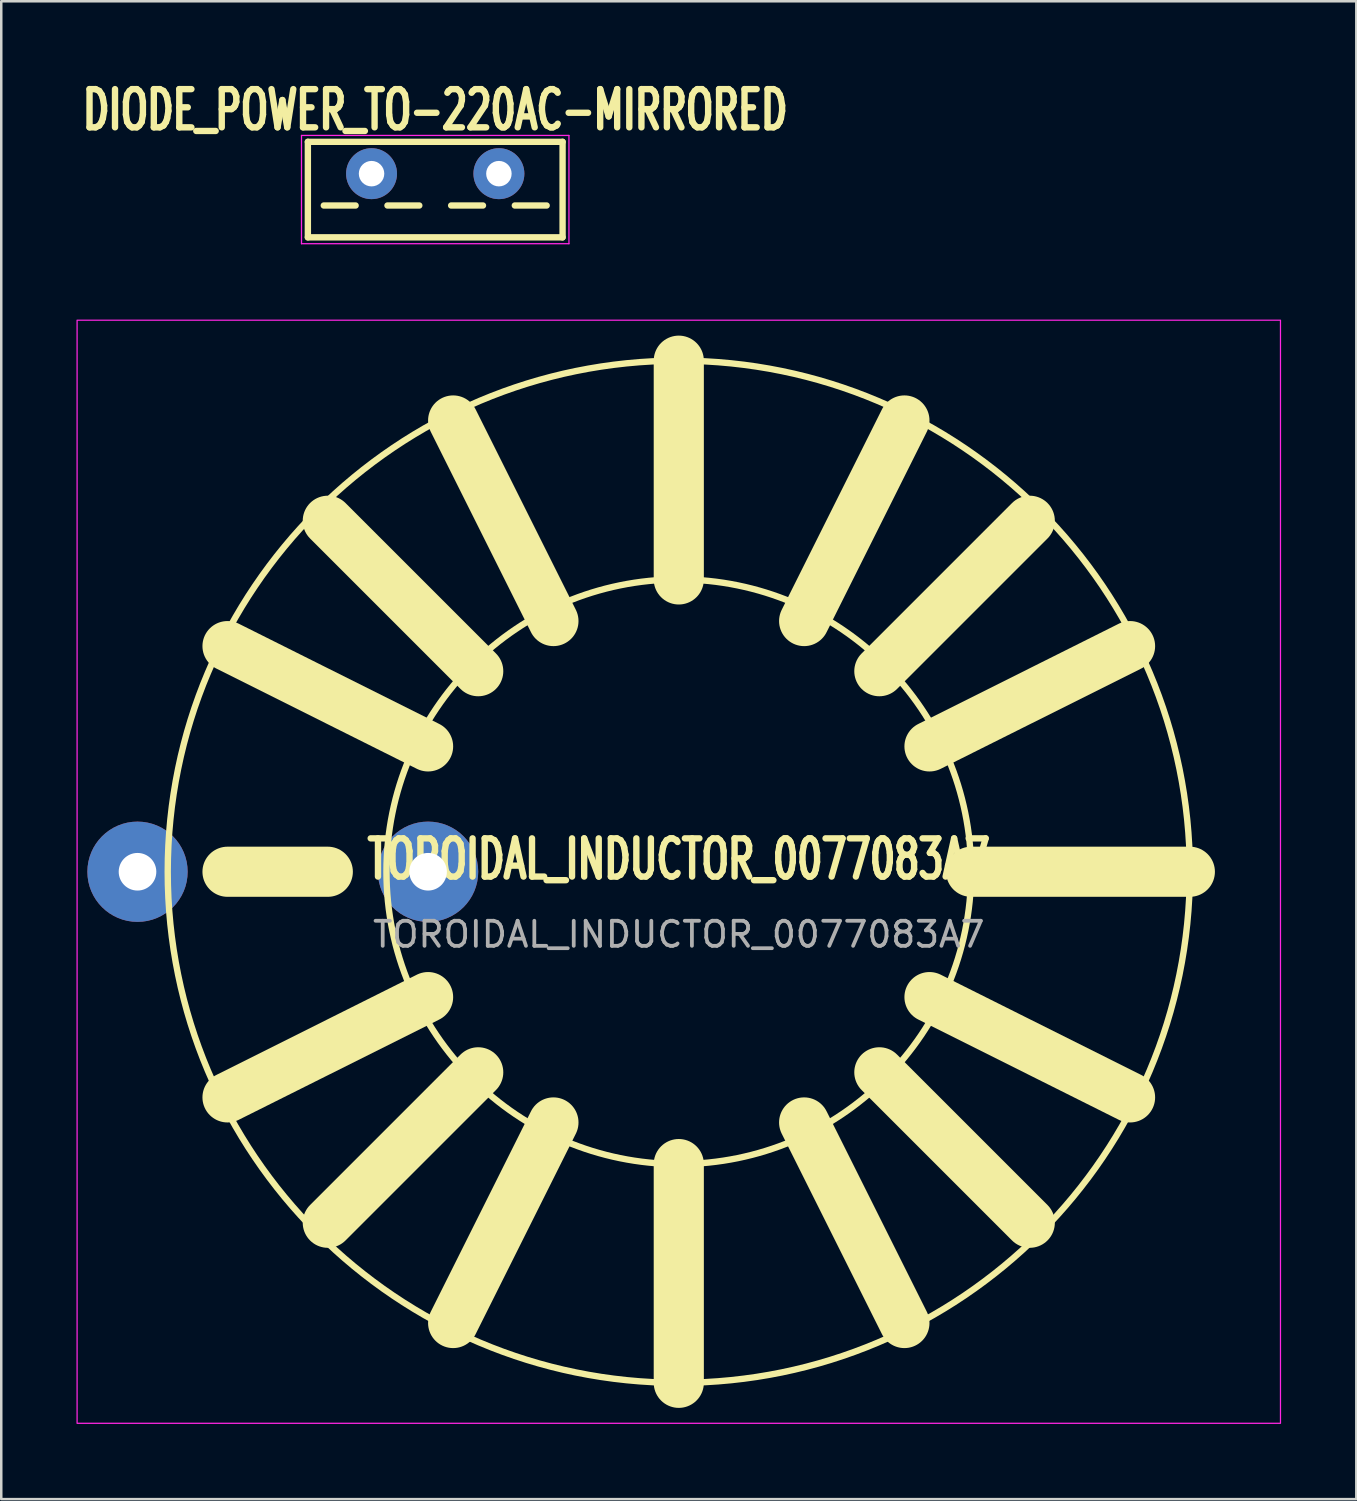
<source format=kicad_pcb>
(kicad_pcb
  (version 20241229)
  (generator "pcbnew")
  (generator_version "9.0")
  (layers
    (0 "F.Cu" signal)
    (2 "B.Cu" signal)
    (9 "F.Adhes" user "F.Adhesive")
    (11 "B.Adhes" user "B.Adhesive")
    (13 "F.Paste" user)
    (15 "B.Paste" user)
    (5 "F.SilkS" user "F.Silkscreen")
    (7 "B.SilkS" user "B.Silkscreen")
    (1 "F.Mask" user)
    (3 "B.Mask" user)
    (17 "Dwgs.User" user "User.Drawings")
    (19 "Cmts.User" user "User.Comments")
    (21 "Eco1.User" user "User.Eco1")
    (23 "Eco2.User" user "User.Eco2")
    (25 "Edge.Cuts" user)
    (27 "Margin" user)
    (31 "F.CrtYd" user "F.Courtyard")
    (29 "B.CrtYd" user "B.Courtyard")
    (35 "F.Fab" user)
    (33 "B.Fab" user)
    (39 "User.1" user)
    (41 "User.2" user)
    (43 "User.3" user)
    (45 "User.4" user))
  (footprint "TOROIDAL_INDUCTOR_0077083A7"
    (layer "F.Cu")
    (at 24.025 31.722)
    (property "Reference" "TOROIDAL_INDUCTOR_0077083A7" (at 0 -0.5 0) (unlocked yes) (layer "F.SilkS") (effects (font (size 1.524 1.016) (thickness 0.254))))
    (attr through_hole)
    (fp_line (start -18 -9) (end -10 -5) (stroke (width 2) (type solid)) (layer "F.SilkS"))
    (fp_line (start -18 0) (end -14 0) (stroke (width 2) (type solid)) (layer "F.SilkS"))
    (fp_line (start -18 9) (end -10 5) (stroke (width 2) (type solid)) (layer "F.SilkS"))
    (fp_line (start -14 -14) (end -8 -8) (stroke (width 2) (type solid)) (layer "F.SilkS"))
    (fp_line (start -14 14) (end -8 8) (stroke (width 2) (type solid)) (layer "F.SilkS"))
    (fp_line (start -9 -18) (end -5 -10) (stroke (width 2) (type solid)) (layer "F.SilkS"))
    (fp_line (start -9 18) (end -5 10) (stroke (width 2) (type solid)) (layer "F.SilkS"))
    (fp_line (start 0 -20.385) (end 0 -11.66) (stroke (width 2) (type solid)) (layer "F.SilkS"))
    (fp_line (start 0 11.66) (end 0 20.385) (stroke (width 2) (type solid)) (layer "F.SilkS"))
    (fp_line (start 9 -18) (end 5 -10) (stroke (width 2) (type solid)) (layer "F.SilkS"))
    (fp_line (start 9 18) (end 5 10) (stroke (width 2) (type solid)) (layer "F.SilkS"))
    (fp_line (start 11.66 0) (end 20.385 0) (stroke (width 2) (type solid)) (layer "F.SilkS"))
    (fp_line (start 14 -14) (end 8 -8) (stroke (width 2) (type solid)) (layer "F.SilkS"))
    (fp_line (start 14 14) (end 8 8) (stroke (width 2) (type solid)) (layer "F.SilkS"))
    (fp_line (start 18 -9) (end 10 -5) (stroke (width 2) (type solid)) (layer "F.SilkS"))
    (fp_line (start 18 9) (end 10 5) (stroke (width 2) (type solid)) (layer "F.SilkS"))
    (fp_circle (center 0 0) (end 11.66 0) (stroke (width 0.254) (type solid)) (fill no) (layer "F.SilkS"))
    (fp_circle (center 0 0) (end 20.385 0) (stroke (width 0.254) (type solid)) (fill no) (layer "F.SilkS"))
    (fp_rect (start -24 -22) (end 24 22) (stroke (width 0.05) (type solid)) (fill no) (layer "F.CrtYd"))
    (fp_text user "${REFERENCE}" (at 0 2.5 0) (unlocked yes) (layer "F.Fab") (effects (font (size 1 1) (thickness 0.15))))
    (pad "1" thru_hole circle (at -21.59 0) (size 4 4) (drill 1.5) (layers "*.Cu" "*.Mask"))
    (pad "2" thru_hole circle (at -10 0) (size 4 4) (drill 1.5) (layers "*.Cu" "*.Mask")))
  (footprint "DIODE_POWER_TO-220AC-MIRRORED"
    (layer "F.Cu")
    (at 14.31 3.877)
    (property "Reference" "DIODE_POWER_TO-220AC-MIRRORED" (at 0 -2.54 0) (layer "F.SilkS") (effects (font (size 1.524 1.016) (thickness 0.254))))
    (attr through_hole)
    (fp_line (start -5.08 -1.27) (end -5.08 2.54) (stroke (width 0.254) (type solid)) (layer "F.SilkS"))
    (fp_line (start -5.08 -1.27) (end 5.08 -1.27) (stroke (width 0.254) (type solid)) (layer "F.SilkS"))
    (fp_line (start -4.445 1.27) (end -3.175 1.27) (stroke (width 0.254) (type solid)) (layer "F.SilkS"))
    (fp_line (start -1.905 1.27) (end -0.635 1.27) (stroke (width 0.254) (type solid)) (layer "F.SilkS"))
    (fp_line (start 0.635 1.27) (end 1.905 1.27) (stroke (width 0.254) (type solid)) (layer "F.SilkS"))
    (fp_line (start 3.175 1.27) (end 4.445 1.27) (stroke (width 0.254) (type solid)) (layer "F.SilkS"))
    (fp_line (start 5.08 2.54) (end -5.08 2.54) (stroke (width 0.254) (type solid)) (layer "F.SilkS"))
    (fp_line (start 5.08 2.54) (end 5.08 -1.27) (stroke (width 0.254) (type solid)) (layer "F.SilkS"))
    (fp_line (start -5.334 -1.524) (end -5.334 2.794) (stroke (width 0.051) (type solid)) (layer "F.CrtYd"))
    (fp_line (start -5.334 2.794) (end 5.334 2.794) (stroke (width 0.051) (type solid)) (layer "F.CrtYd"))
    (fp_line (start 5.334 -1.524) (end -5.334 -1.524) (stroke (width 0.051) (type solid)) (layer "F.CrtYd"))
    (fp_line (start 5.334 2.794) (end 5.334 -1.524) (stroke (width 0.051) (type solid)) (layer "F.CrtYd"))
    (pad "1" thru_hole circle (at 2.54 0) (size 2.032 2.032) (drill 1.016) (layers "*.Cu" "*.Mask"))
    (pad "2" thru_hole circle (at -2.54 0) (size 2.032 2.032) (drill 1.016) (layers "*.Cu" "*.Mask")))
  (gr_rect
    (start -3 -3)
    (end 51.05 56.747)
    (stroke (width 0.1) (type default))
    (fill no)
    (layer "Edge.Cuts")))
</source>
